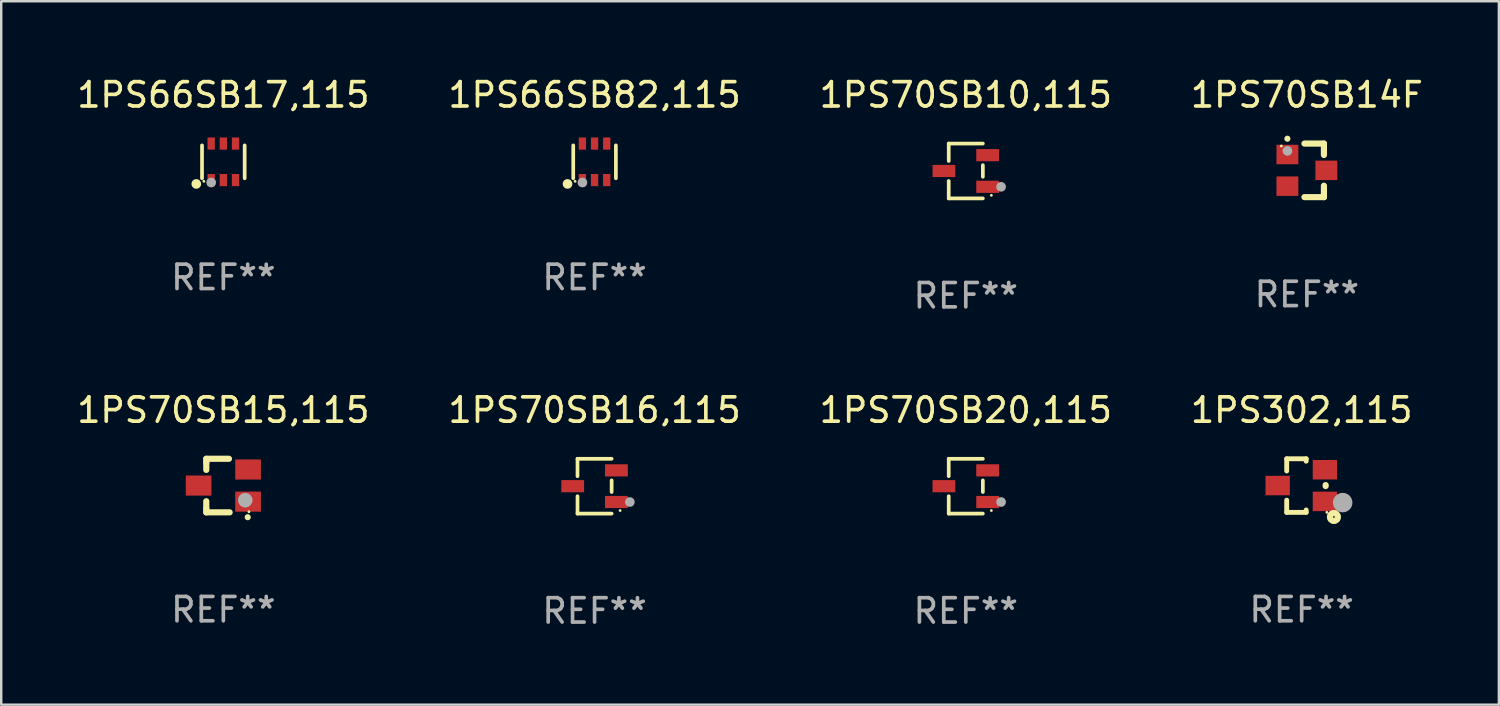
<source format=kicad_pcb>
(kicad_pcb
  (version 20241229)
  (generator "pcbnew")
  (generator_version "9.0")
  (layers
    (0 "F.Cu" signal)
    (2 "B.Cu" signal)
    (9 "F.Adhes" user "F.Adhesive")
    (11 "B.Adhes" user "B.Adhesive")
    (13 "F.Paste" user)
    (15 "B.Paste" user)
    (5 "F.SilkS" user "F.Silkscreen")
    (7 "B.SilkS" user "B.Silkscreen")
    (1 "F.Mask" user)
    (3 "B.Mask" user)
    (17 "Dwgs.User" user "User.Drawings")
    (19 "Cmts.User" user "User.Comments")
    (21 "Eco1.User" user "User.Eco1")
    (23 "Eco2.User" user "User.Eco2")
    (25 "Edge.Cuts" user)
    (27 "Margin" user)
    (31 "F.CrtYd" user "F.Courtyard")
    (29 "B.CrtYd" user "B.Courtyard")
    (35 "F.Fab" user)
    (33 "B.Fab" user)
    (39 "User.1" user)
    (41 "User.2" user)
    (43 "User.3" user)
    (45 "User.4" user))
  (footprint "1PS70SB20,115"
    (layer "F.Cu")
    (at 36.625 16.923)
    (property "Reference" "1PS70SB20,115" (at 0 -3.126 0) (layer "F.SilkS") (effects (font (size 1 1) (thickness 0.15))))
    (attr through_hole)
    (fp_line (start -0.701 -1.126) (end -0.701 -0.411) (stroke (width 0.152) (type solid)) (layer "F.SilkS"))
    (fp_line (start -0.701 1.126) (end -0.701 0.411) (stroke (width 0.152) (type solid)) (layer "F.SilkS"))
    (fp_line (start 0.701 -1.126) (end -0.701 -1.126) (stroke (width 0.152) (type solid)) (layer "F.SilkS"))
    (fp_line (start 0.701 -0.239) (end 0.701 0.239) (stroke (width 0.152) (type solid)) (layer "F.SilkS"))
    (fp_line (start 0.701 1.126) (end -0.701 1.126) (stroke (width 0.152) (type solid)) (layer "F.SilkS"))
    (fp_circle (center 1.05 1) (end 1.08 1) (stroke (width 0.06) (type solid)) (fill no) (layer "F.SilkS"))
    (fp_circle (center 1.45 0.65) (end 1.55 0.65) (stroke (width 0.2) (type solid)) (fill no) (layer "F.Fab"))
    (fp_text user "REF**" (at 0 5.126 0) (layer "F.Fab") (effects (font (size 1 1) (thickness 0.15))))
    (pad "1" smd rect (at 0.898 0.65) (size 0.936 0.5) (layers "F.Cu" "F.Mask" "F.Paste"))
    (pad "2" smd rect (at 0.898 -0.65) (size 0.936 0.5) (layers "F.Cu" "F.Mask" "F.Paste"))
    (pad "3" smd rect (at -0.898 0) (size 0.936 0.5) (layers "F.Cu" "F.Mask" "F.Paste")))
  (footprint "1PS70SB15,115"
    (layer "F.Cu")
    (at 6.125 16.897)
    (property "Reference" "1PS70SB15,115" (at 0 -3.1 0) (layer "F.SilkS") (effects (font (size 1 1) (thickness 0.15))))
    (attr through_hole)
    (fp_line (start -0.701 -0.95) (end -0.701 -1.1) (stroke (width 0.254) (type solid)) (layer "F.SilkS"))
    (fp_line (start -0.701 -0.644) (end -0.701 -0.95) (stroke (width 0.254) (type solid)) (layer "F.SilkS"))
    (fp_line (start -0.701 0.95) (end -0.701 0.644) (stroke (width 0.254) (type solid)) (layer "F.SilkS"))
    (fp_line (start -0.701 0.95) (end -0.701 1.1) (stroke (width 0.254) (type solid)) (layer "F.SilkS"))
    (fp_line (start -0.7 -1.1) (end 0.23 -1.1) (stroke (width 0.254) (type solid)) (layer "F.SilkS"))
    (fp_line (start -0.7 1.1) (end 0.258 1.1) (stroke (width 0.254) (type solid)) (layer "F.SilkS"))
    (fp_arc (start 1 1.3) (mid 1.00127 1.299994) (end 1.00254 1.3) (stroke (width 0.24892) (type solid)) (layer "F.SilkS"))
    (fp_circle (center 1.05 1.075) (end 1.08 1.075) (stroke (width 0.06) (type solid)) (fill no) (layer "F.SilkS"))
    (fp_circle (center 0.9 0.6) (end 1.05 0.6) (stroke (width 0.3) (type solid)) (fill no) (layer "F.Fab"))
    (fp_text user "REF**" (at 0 5.1 0) (layer "F.Fab") (effects (font (size 1 1) (thickness 0.15))))
    (pad "1" smd rect (at 1.016 0.66) (size 1.054 0.826) (layers "F.Cu" "F.Mask" "F.Paste"))
    (pad "2" smd rect (at 1.016 -0.66) (size 1.054 0.826) (layers "F.Cu" "F.Mask" "F.Paste"))
    (pad "3" smd rect (at -1.016 0) (size 1.054 0.826) (layers "F.Cu" "F.Mask" "F.Paste")))
  (footprint "1PS70SB14F"
    (layer "F.Cu")
    (at 50.637 3.948)
    (property "Reference" "1PS70SB14F" (at 0 -3.1 0) (layer "F.SilkS") (effects (font (size 1 1) (thickness 0.15))))
    (attr through_hole)
    (fp_line (start 0.7 -1.1) (end -0.1 -1.1) (stroke (width 0.254) (type solid)) (layer "F.SilkS"))
    (fp_line (start 0.7 -1.1) (end 0.7 -0.631) (stroke (width 0.254) (type solid)) (layer "F.SilkS"))
    (fp_line (start 0.7 0.631) (end 0.7 1.1) (stroke (width 0.254) (type solid)) (layer "F.SilkS"))
    (fp_line (start 0.7 1.1) (end -0.1 1.1) (stroke (width 0.254) (type solid)) (layer "F.SilkS"))
    (fp_arc (start -0.80254 -1.3) (mid -0.80127 -1.300007) (end -0.8 -1.3) (stroke (width 0.24892) (type solid)) (layer "F.SilkS"))
    (fp_circle (center -1.05 -1) (end -1.02 -1) (stroke (width 0.06) (type solid)) (fill no) (layer "F.SilkS"))
    (fp_circle (center -0.8 -0.8) (end -0.7 -0.8) (stroke (width 0.2) (type solid)) (fill no) (layer "F.Fab"))
    (fp_text user "REF**" (at 0 5.1 0) (layer "F.Fab") (effects (font (size 1 1) (thickness 0.15))))
    (pad "1" smd rect (at -0.8 -0.65 270) (size 0.8 0.9) (layers "F.Cu" "F.Mask" "F.Paste"))
    (pad "2" smd rect (at -0.8 0.65 270) (size 0.8 0.9) (layers "F.Cu" "F.Mask" "F.Paste"))
    (pad "3" smd rect (at 0.8 -0.000102 270) (size 0.8 0.9) (layers "F.Cu" "F.Mask" "F.Paste")))
  (footprint "1PS302,115"
    (layer "F.Cu")
    (at 50.423 16.897)
    (property "Reference" "1PS302,115" (at 0 -3.1 0) (layer "F.SilkS") (effects (font (size 1 1) (thickness 0.15))))
    (attr through_hole)
    (fp_line (start -0.615 -1.1) (end -0.615 -0.599) (stroke (width 0.2) (type solid)) (layer "F.SilkS"))
    (fp_line (start -0.615 1.1) (end -0.615 0.599) (stroke (width 0.2) (type solid)) (layer "F.SilkS"))
    (fp_line (start 0.185 -1.1) (end -0.615 -1.1) (stroke (width 0.2) (type solid)) (layer "F.SilkS"))
    (fp_line (start 0.185 -1.001) (end 0.185 -1.1) (stroke (width 0.2) (type solid)) (layer "F.SilkS"))
    (fp_line (start 0.185 1.001) (end 0.185 1.1) (stroke (width 0.2) (type solid)) (layer "F.SilkS"))
    (fp_line (start 0.185 1.1) (end -0.615 1.1) (stroke (width 0.2) (type solid)) (layer "F.SilkS"))
    (fp_line (start 0.985 0.019) (end 0.985 -0.019) (stroke (width 0.254) (type solid)) (layer "F.SilkS"))
    (fp_circle (center 1.035 1.1) (end 1.065 1.1) (stroke (width 0.06) (type solid)) (fill no) (layer "F.SilkS"))
    (fp_circle (center 1.325 1.29) (end 1.361 1.29) (stroke (width 0.254) (type solid)) (fill no) (layer "F.SilkS"))
    (fp_circle (center 1.685 0.7) (end 1.885 0.7) (stroke (width 0.4) (type solid)) (fill no) (layer "F.Fab"))
    (fp_text user "REF**" (at 0 5.1 0) (layer "F.Fab") (effects (font (size 1 1) (thickness 0.15))))
    (pad "1" smd rect (at 0.955 0.65 90) (size 0.8 1) (layers "F.Cu" "F.Mask" "F.Paste"))
    (pad "2" smd rect (at 0.955 -0.65 90) (size 0.8 1) (layers "F.Cu" "F.Mask" "F.Paste"))
    (pad "3" smd rect (at -0.985 -0.000267 90) (size 0.8 1) (layers "F.Cu" "F.Mask" "F.Paste")))
  (footprint "1PS70SB10,115"
    (layer "F.Cu")
    (at 36.625 3.974)
    (property "Reference" "1PS70SB10,115" (at 0 -3.126 0) (layer "F.SilkS") (effects (font (size 1 1) (thickness 0.15))))
    (attr through_hole)
    (fp_line (start -0.701 -1.126) (end -0.701 -0.411) (stroke (width 0.152) (type solid)) (layer "F.SilkS"))
    (fp_line (start -0.701 1.126) (end -0.701 0.411) (stroke (width 0.152) (type solid)) (layer "F.SilkS"))
    (fp_line (start 0.701 -1.126) (end -0.701 -1.126) (stroke (width 0.152) (type solid)) (layer "F.SilkS"))
    (fp_line (start 0.701 -0.239) (end 0.701 0.239) (stroke (width 0.152) (type solid)) (layer "F.SilkS"))
    (fp_line (start 0.701 1.126) (end -0.701 1.126) (stroke (width 0.152) (type solid)) (layer "F.SilkS"))
    (fp_circle (center 1.05 1) (end 1.08 1) (stroke (width 0.06) (type solid)) (fill no) (layer "F.SilkS"))
    (fp_circle (center 1.45 0.65) (end 1.55 0.65) (stroke (width 0.2) (type solid)) (fill no) (layer "F.Fab"))
    (fp_text user "REF**" (at 0 5.126 0) (layer "F.Fab") (effects (font (size 1 1) (thickness 0.15))))
    (pad "1" smd rect (at 0.898 0.65) (size 0.936 0.5) (layers "F.Cu" "F.Mask" "F.Paste"))
    (pad "2" smd rect (at 0.898 -0.65) (size 0.936 0.5) (layers "F.Cu" "F.Mask" "F.Paste"))
    (pad "3" smd rect (at -0.898 0) (size 0.936 0.5) (layers "F.Cu" "F.Mask" "F.Paste")))
  (footprint "1PS70SB16,115"
    (layer "F.Cu")
    (at 21.375 16.923)
    (property "Reference" "1PS70SB16,115" (at 0 -3.126 0) (layer "F.SilkS") (effects (font (size 1 1) (thickness 0.15))))
    (attr through_hole)
    (fp_line (start -0.701 -1.126) (end -0.701 -0.411) (stroke (width 0.152) (type solid)) (layer "F.SilkS"))
    (fp_line (start -0.701 1.126) (end -0.701 0.411) (stroke (width 0.152) (type solid)) (layer "F.SilkS"))
    (fp_line (start 0.701 -1.126) (end -0.701 -1.126) (stroke (width 0.152) (type solid)) (layer "F.SilkS"))
    (fp_line (start 0.701 -0.239) (end 0.701 0.239) (stroke (width 0.152) (type solid)) (layer "F.SilkS"))
    (fp_line (start 0.701 1.126) (end -0.701 1.126) (stroke (width 0.152) (type solid)) (layer "F.SilkS"))
    (fp_circle (center 1.05 1) (end 1.08 1) (stroke (width 0.06) (type solid)) (fill no) (layer "F.SilkS"))
    (fp_circle (center 1.45 0.65) (end 1.55 0.65) (stroke (width 0.2) (type solid)) (fill no) (layer "F.Fab"))
    (fp_text user "REF**" (at 0 5.126 0) (layer "F.Fab") (effects (font (size 1 1) (thickness 0.15))))
    (pad "1" smd rect (at 0.898 0.65) (size 0.936 0.5) (layers "F.Cu" "F.Mask" "F.Paste"))
    (pad "2" smd rect (at 0.898 -0.65) (size 0.936 0.5) (layers "F.Cu" "F.Mask" "F.Paste"))
    (pad "3" smd rect (at -0.898 0) (size 0.936 0.5) (layers "F.Cu" "F.Mask" "F.Paste")))
  (footprint "1PS66SB17,115"
    (layer "F.Cu")
    (at 6.125 3.598)
    (property "Reference" "1PS66SB17,115" (at 0 -2.75 0) (layer "F.SilkS") (effects (font (size 1 1) (thickness 0.15))))
    (attr through_hole)
    (fp_line (start -0.876 0.676) (end -0.876 -0.676) (stroke (width 0.152) (type solid)) (layer "F.SilkS"))
    (fp_line (start 0.876 0.676) (end 0.876 -0.676) (stroke (width 0.152) (type solid)) (layer "F.SilkS"))
    (fp_circle (center -1.111 0.908) (end -1.011 0.908) (stroke (width 0.2) (type solid)) (fill no) (layer "F.SilkS"))
    (fp_circle (center -0.8 0.8) (end -0.77 0.8) (stroke (width 0.06) (type solid)) (fill no) (layer "F.SilkS"))
    (fp_circle (center -0.499 0.85) (end -0.399 0.85) (stroke (width 0.2) (type solid)) (fill no) (layer "F.Fab"))
    (fp_text user "REF**" (at 0 4.75 0) (layer "F.Fab") (effects (font (size 1 1) (thickness 0.15))))
    (pad "1" smd rect (at -0.5 0.75) (size 0.3 0.5) (layers "F.Cu" "F.Mask" "F.Paste"))
    (pad "2" smd rect (at 0 0.75) (size 0.3 0.5) (layers "F.Cu" "F.Mask" "F.Paste"))
    (pad "3" smd rect (at 0.5 0.75) (size 0.3 0.5) (layers "F.Cu" "F.Mask" "F.Paste"))
    (pad "4" smd rect (at 0.5 -0.75) (size 0.3 0.5) (layers "F.Cu" "F.Mask" "F.Paste"))
    (pad "5" smd rect (at 0 -0.75) (size 0.3 0.5) (layers "F.Cu" "F.Mask" "F.Paste"))
    (pad "6" smd rect (at -0.5 -0.75) (size 0.3 0.5) (layers "F.Cu" "F.Mask" "F.Paste")))
  (footprint "1PS66SB82,115"
    (layer "F.Cu")
    (at 21.375 3.598)
    (property "Reference" "1PS66SB82,115" (at 0 -2.75 0) (layer "F.SilkS") (effects (font (size 1 1) (thickness 0.15))))
    (attr through_hole)
    (fp_line (start -0.876 0.676) (end -0.876 -0.676) (stroke (width 0.152) (type solid)) (layer "F.SilkS"))
    (fp_line (start 0.876 0.676) (end 0.876 -0.676) (stroke (width 0.152) (type solid)) (layer "F.SilkS"))
    (fp_circle (center -1.111 0.908) (end -1.011 0.908) (stroke (width 0.2) (type solid)) (fill no) (layer "F.SilkS"))
    (fp_circle (center -0.8 0.8) (end -0.77 0.8) (stroke (width 0.06) (type solid)) (fill no) (layer "F.SilkS"))
    (fp_circle (center -0.499 0.85) (end -0.399 0.85) (stroke (width 0.2) (type solid)) (fill no) (layer "F.Fab"))
    (fp_text user "REF**" (at 0 4.75 0) (layer "F.Fab") (effects (font (size 1 1) (thickness 0.15))))
    (pad "1" smd rect (at -0.5 0.75) (size 0.3 0.5) (layers "F.Cu" "F.Mask" "F.Paste"))
    (pad "2" smd rect (at 0 0.75) (size 0.3 0.5) (layers "F.Cu" "F.Mask" "F.Paste"))
    (pad "3" smd rect (at 0.5 0.75) (size 0.3 0.5) (layers "F.Cu" "F.Mask" "F.Paste"))
    (pad "4" smd rect (at 0.5 -0.75) (size 0.3 0.5) (layers "F.Cu" "F.Mask" "F.Paste"))
    (pad "5" smd rect (at 0 -0.75) (size 0.3 0.5) (layers "F.Cu" "F.Mask" "F.Paste"))
    (pad "6" smd rect (at -0.5 -0.75) (size 0.3 0.5) (layers "F.Cu" "F.Mask" "F.Paste")))
  (gr_rect
    (start -3 -3)
    (end 58.524 25.898)
    (stroke (width 0.1) (type default))
    (fill no)
    (layer "Edge.Cuts")))
</source>
